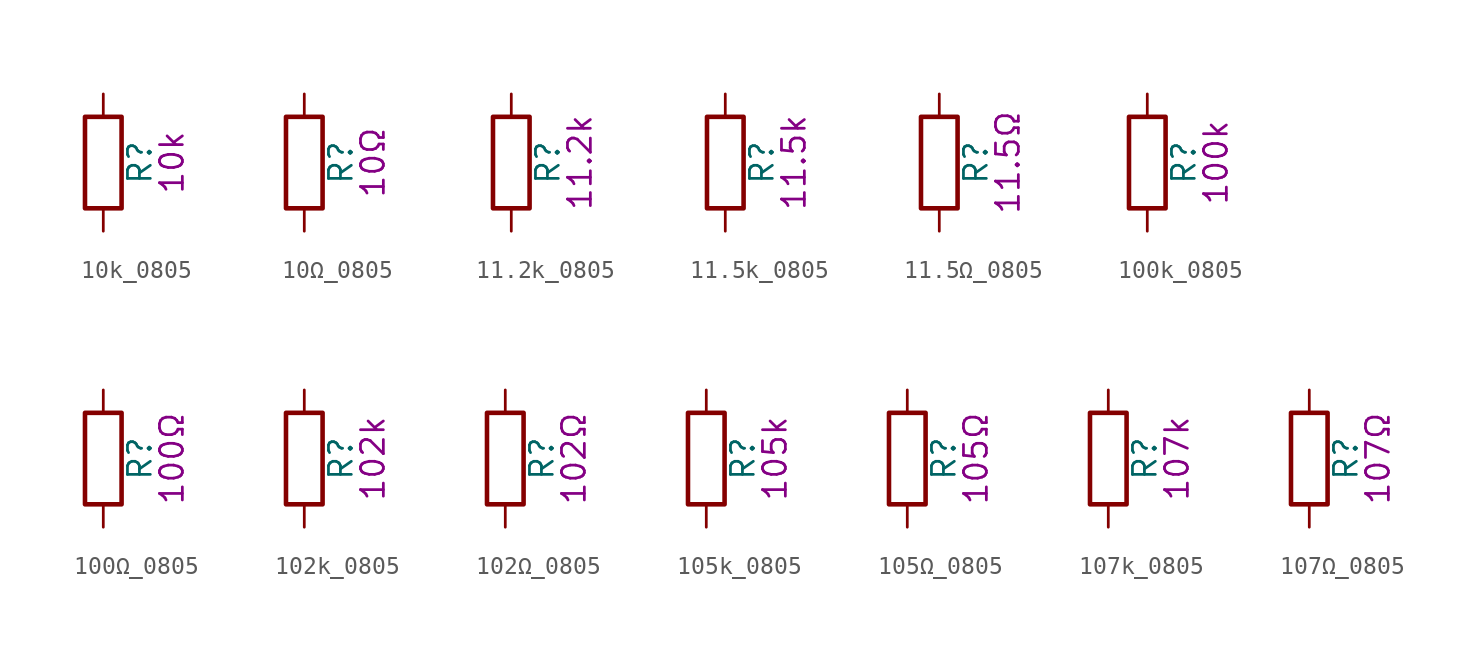
<source format=kicad_sym>
(kicad_symbol_lib
  (version 20211014)
  (generator kicad_symbol_editor)
  (symbol "10k_0805"
    (pin_numbers hide)
    (pin_names
      (offset 0))
    (property "Reference" "R"
      (at 2.032 0 90)
      (effects (font (size 1.27 1.27))))
    (property "Display" "10k"
      (at 3.81 0 90)
      (effects (font (size 1.27 1.27))))
    (symbol "10k_0805_0_1"
      (rectangle (start -1.016 -2.54) (end 1.016 2.54) (stroke (width 0.254) (type default) (color 0 0 0 0)) (fill (type none))))
    (symbol "10k_0805_1_1"
      (pin passive line (at 0 3.81 270) (length 1.27) (name "~" (effects (font (size 1.27 1.27)))) (number "1" (effects (font (size 1.27 1.27)))))
      (pin passive line (at 0 -3.81 90) (length 1.27) (name "~" (effects (font (size 1.27 1.27)))) (number "2" (effects (font (size 1.27 1.27)))))))
  (symbol "10Ω_0805"
    (pin_numbers hide)
    (pin_names
      (offset 0))
    (property "Reference" "R"
      (at 2.032 0 90)
      (effects (font (size 1.27 1.27))))
    (property "Display" "10Ω"
      (at 3.81 0 90)
      (effects (font (size 1.27 1.27))))
    (symbol "10Ω_0805_0_1"
      (rectangle (start -1.016 -2.54) (end 1.016 2.54) (stroke (width 0.254) (type default) (color 0 0 0 0)) (fill (type none))))
    (symbol "10Ω_0805_1_1"
      (pin passive line (at 0 3.81 270) (length 1.27) (name "~" (effects (font (size 1.27 1.27)))) (number "1" (effects (font (size 1.27 1.27)))))
      (pin passive line (at 0 -3.81 90) (length 1.27) (name "~" (effects (font (size 1.27 1.27)))) (number "2" (effects (font (size 1.27 1.27)))))))
  (symbol "11.2k_0805"
    (pin_numbers hide)
    (pin_names
      (offset 0))
    (property "Reference" "R"
      (at 2.032 0 90)
      (effects (font (size 1.27 1.27))))
    (property "Display" "11.2k"
      (at 3.81 0 90)
      (effects (font (size 1.27 1.27))))
    (symbol "11.2k_0805_0_1"
      (rectangle (start -1.016 -2.54) (end 1.016 2.54) (stroke (width 0.254) (type default) (color 0 0 0 0)) (fill (type none))))
    (symbol "11.2k_0805_1_1"
      (pin passive line (at 0 3.81 270) (length 1.27) (name "~" (effects (font (size 1.27 1.27)))) (number "1" (effects (font (size 1.27 1.27)))))
      (pin passive line (at 0 -3.81 90) (length 1.27) (name "~" (effects (font (size 1.27 1.27)))) (number "2" (effects (font (size 1.27 1.27)))))))
  (symbol "11.5k_0805"
    (pin_numbers hide)
    (pin_names
      (offset 0))
    (property "Reference" "R"
      (at 2.032 0 90)
      (effects (font (size 1.27 1.27))))
    (property "Display" "11.5k"
      (at 3.81 0 90)
      (effects (font (size 1.27 1.27))))
    (symbol "11.5k_0805_0_1"
      (rectangle (start -1.016 -2.54) (end 1.016 2.54) (stroke (width 0.254) (type default) (color 0 0 0 0)) (fill (type none))))
    (symbol "11.5k_0805_1_1"
      (pin passive line (at 0 3.81 270) (length 1.27) (name "~" (effects (font (size 1.27 1.27)))) (number "1" (effects (font (size 1.27 1.27)))))
      (pin passive line (at 0 -3.81 90) (length 1.27) (name "~" (effects (font (size 1.27 1.27)))) (number "2" (effects (font (size 1.27 1.27)))))))
  (symbol "11.5Ω_0805"
    (pin_numbers hide)
    (pin_names
      (offset 0))
    (property "Reference" "R"
      (at 2.032 0 90)
      (effects (font (size 1.27 1.27))))
    (property "Display" "11.5Ω"
      (at 3.81 0 90)
      (effects (font (size 1.27 1.27))))
    (symbol "11.5Ω_0805_0_1"
      (rectangle (start -1.016 -2.54) (end 1.016 2.54) (stroke (width 0.254) (type default) (color 0 0 0 0)) (fill (type none))))
    (symbol "11.5Ω_0805_1_1"
      (pin passive line (at 0 3.81 270) (length 1.27) (name "~" (effects (font (size 1.27 1.27)))) (number "1" (effects (font (size 1.27 1.27)))))
      (pin passive line (at 0 -3.81 90) (length 1.27) (name "~" (effects (font (size 1.27 1.27)))) (number "2" (effects (font (size 1.27 1.27)))))))
  (symbol "100k_0805"
    (pin_numbers hide)
    (pin_names
      (offset 0))
    (property "Reference" "R"
      (at 2.032 0 90)
      (effects (font (size 1.27 1.27))))
    (property "Display" "100k"
      (at 3.81 0 90)
      (effects (font (size 1.27 1.27))))
    (symbol "100k_0805_0_1"
      (rectangle (start -1.016 -2.54) (end 1.016 2.54) (stroke (width 0.254) (type default) (color 0 0 0 0)) (fill (type none))))
    (symbol "100k_0805_1_1"
      (pin passive line (at 0 3.81 270) (length 1.27) (name "~" (effects (font (size 1.27 1.27)))) (number "1" (effects (font (size 1.27 1.27)))))
      (pin passive line (at 0 -3.81 90) (length 1.27) (name "~" (effects (font (size 1.27 1.27)))) (number "2" (effects (font (size 1.27 1.27)))))))
  (symbol "100Ω_0805"
    (pin_numbers hide)
    (pin_names
      (offset 0))
    (property "Reference" "R"
      (at 2.032 0 90)
      (effects (font (size 1.27 1.27))))
    (property "Display" "100Ω"
      (at 3.81 0 90)
      (effects (font (size 1.27 1.27))))
    (symbol "100Ω_0805_0_1"
      (rectangle (start -1.016 -2.54) (end 1.016 2.54) (stroke (width 0.254) (type default) (color 0 0 0 0)) (fill (type none))))
    (symbol "100Ω_0805_1_1"
      (pin passive line (at 0 3.81 270) (length 1.27) (name "~" (effects (font (size 1.27 1.27)))) (number "1" (effects (font (size 1.27 1.27)))))
      (pin passive line (at 0 -3.81 90) (length 1.27) (name "~" (effects (font (size 1.27 1.27)))) (number "2" (effects (font (size 1.27 1.27)))))))
  (symbol "102k_0805"
    (pin_numbers hide)
    (pin_names
      (offset 0))
    (property "Reference" "R"
      (at 2.032 0 90)
      (effects (font (size 1.27 1.27))))
    (property "Display" "102k"
      (at 3.81 0 90)
      (effects (font (size 1.27 1.27))))
    (symbol "102k_0805_0_1"
      (rectangle (start -1.016 -2.54) (end 1.016 2.54) (stroke (width 0.254) (type default) (color 0 0 0 0)) (fill (type none))))
    (symbol "102k_0805_1_1"
      (pin passive line (at 0 3.81 270) (length 1.27) (name "~" (effects (font (size 1.27 1.27)))) (number "1" (effects (font (size 1.27 1.27)))))
      (pin passive line (at 0 -3.81 90) (length 1.27) (name "~" (effects (font (size 1.27 1.27)))) (number "2" (effects (font (size 1.27 1.27)))))))
  (symbol "102Ω_0805"
    (pin_numbers hide)
    (pin_names
      (offset 0))
    (property "Reference" "R"
      (at 2.032 0 90)
      (effects (font (size 1.27 1.27))))
    (property "Display" "102Ω"
      (at 3.81 0 90)
      (effects (font (size 1.27 1.27))))
    (symbol "102Ω_0805_0_1"
      (rectangle (start -1.016 -2.54) (end 1.016 2.54) (stroke (width 0.254) (type default) (color 0 0 0 0)) (fill (type none))))
    (symbol "102Ω_0805_1_1"
      (pin passive line (at 0 3.81 270) (length 1.27) (name "~" (effects (font (size 1.27 1.27)))) (number "1" (effects (font (size 1.27 1.27)))))
      (pin passive line (at 0 -3.81 90) (length 1.27) (name "~" (effects (font (size 1.27 1.27)))) (number "2" (effects (font (size 1.27 1.27)))))))
  (symbol "105k_0805"
    (pin_numbers hide)
    (pin_names
      (offset 0))
    (property "Reference" "R"
      (at 2.032 0 90)
      (effects (font (size 1.27 1.27))))
    (property "Display" "105k"
      (at 3.81 0 90)
      (effects (font (size 1.27 1.27))))
    (symbol "105k_0805_0_1"
      (rectangle (start -1.016 -2.54) (end 1.016 2.54) (stroke (width 0.254) (type default) (color 0 0 0 0)) (fill (type none))))
    (symbol "105k_0805_1_1"
      (pin passive line (at 0 3.81 270) (length 1.27) (name "~" (effects (font (size 1.27 1.27)))) (number "1" (effects (font (size 1.27 1.27)))))
      (pin passive line (at 0 -3.81 90) (length 1.27) (name "~" (effects (font (size 1.27 1.27)))) (number "2" (effects (font (size 1.27 1.27)))))))
  (symbol "105Ω_0805"
    (pin_numbers hide)
    (pin_names
      (offset 0))
    (property "Reference" "R"
      (at 2.032 0 90)
      (effects (font (size 1.27 1.27))))
    (property "Display" "105Ω"
      (at 3.81 0 90)
      (effects (font (size 1.27 1.27))))
    (symbol "105Ω_0805_0_1"
      (rectangle (start -1.016 -2.54) (end 1.016 2.54) (stroke (width 0.254) (type default) (color 0 0 0 0)) (fill (type none))))
    (symbol "105Ω_0805_1_1"
      (pin passive line (at 0 3.81 270) (length 1.27) (name "~" (effects (font (size 1.27 1.27)))) (number "1" (effects (font (size 1.27 1.27)))))
      (pin passive line (at 0 -3.81 90) (length 1.27) (name "~" (effects (font (size 1.27 1.27)))) (number "2" (effects (font (size 1.27 1.27)))))))
  (symbol "107k_0805"
    (pin_numbers hide)
    (pin_names
      (offset 0))
    (property "Reference" "R"
      (at 2.032 0 90)
      (effects (font (size 1.27 1.27))))
    (property "Display" "107k"
      (at 3.81 0 90)
      (effects (font (size 1.27 1.27))))
    (symbol "107k_0805_0_1"
      (rectangle (start -1.016 -2.54) (end 1.016 2.54) (stroke (width 0.254) (type default) (color 0 0 0 0)) (fill (type none))))
    (symbol "107k_0805_1_1"
      (pin passive line (at 0 3.81 270) (length 1.27) (name "~" (effects (font (size 1.27 1.27)))) (number "1" (effects (font (size 1.27 1.27)))))
      (pin passive line (at 0 -3.81 90) (length 1.27) (name "~" (effects (font (size 1.27 1.27)))) (number "2" (effects (font (size 1.27 1.27)))))))
  (symbol "107Ω_0805"
    (pin_numbers hide)
    (pin_names
      (offset 0))
    (property "Reference" "R"
      (at 2.032 0 90)
      (effects (font (size 1.27 1.27))))
    (property "Display" "107Ω"
      (at 3.81 0 90)
      (effects (font (size 1.27 1.27))))
    (symbol "107Ω_0805_0_1"
      (rectangle (start -1.016 -2.54) (end 1.016 2.54) (stroke (width 0.254) (type default) (color 0 0 0 0)) (fill (type none))))
    (symbol "107Ω_0805_1_1"
      (pin passive line (at 0 3.81 270) (length 1.27) (name "~" (effects (font (size 1.27 1.27)))) (number "1" (effects (font (size 1.27 1.27)))))
      (pin passive line (at 0 -3.81 90) (length 1.27) (name "~" (effects (font (size 1.27 1.27)))) (number "2" (effects (font (size 1.27 1.27))))))))
</source>
